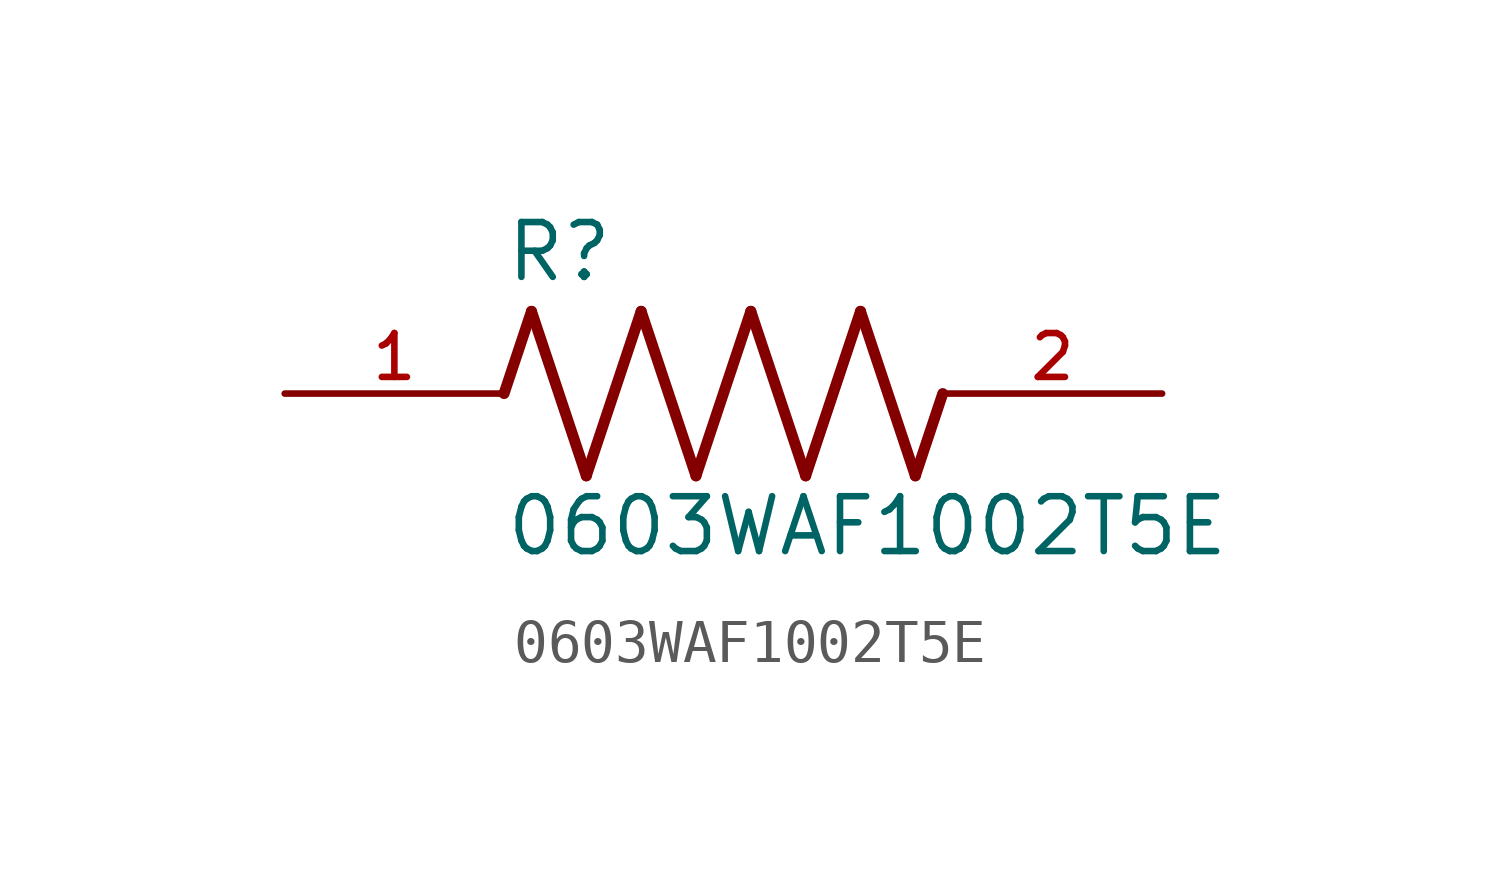
<source format=kicad_sym>
(kicad_symbol_lib
  (version 20211014)
  (generator kicad_symbol_editor)
  (symbol "0603WAF1002T5E"
    (pin_names
      (offset 1.016))
    (property "Reference" "R"
      (at -5.08 2.54 0)
      (effects (font (size 1.27 1.27)) (justify bottom left)))
    (property "Value" "0603WAF1002T5E"
      (at -5.08 -3.81 0)
      (effects (font (size 1.27 1.27)) (justify bottom left)))
    (symbol "0603WAF1002T5E_0_0"
      (polyline (pts (xy -5.08 0.0) (xy -4.445 1.905)) (stroke (width 0.254)))
      (polyline (pts (xy -4.445 1.905) (xy -3.175 -1.905)) (stroke (width 0.254)))
      (polyline (pts (xy -3.175 -1.905) (xy -1.905 1.905)) (stroke (width 0.254)))
      (polyline (pts (xy -1.905 1.905) (xy -0.635 -1.905)) (stroke (width 0.254)))
      (polyline (pts (xy -0.635 -1.905) (xy 0.635 1.905)) (stroke (width 0.254)))
      (polyline (pts (xy 0.635 1.905) (xy 1.905 -1.905)) (stroke (width 0.254)))
      (polyline (pts (xy 1.905 -1.905) (xy 3.175 1.905)) (stroke (width 0.254)))
      (polyline (pts (xy 3.175 1.905) (xy 4.445 -1.905)) (stroke (width 0.254)))
      (polyline (pts (xy 4.445 -1.905) (xy 5.08 0.0)) (stroke (width 0.254)))
      (pin passive line (at -10.16 0.0 0) (length 5.08) (name "~" (effects (font (size 1.016 1.016)))) (number "1" (effects (font (size 1.016 1.016)))))
      (pin passive line (at 10.16 0.0 180.0) (length 5.08) (name "~" (effects (font (size 1.016 1.016)))) (number "2" (effects (font (size 1.016 1.016))))))))
</source>
